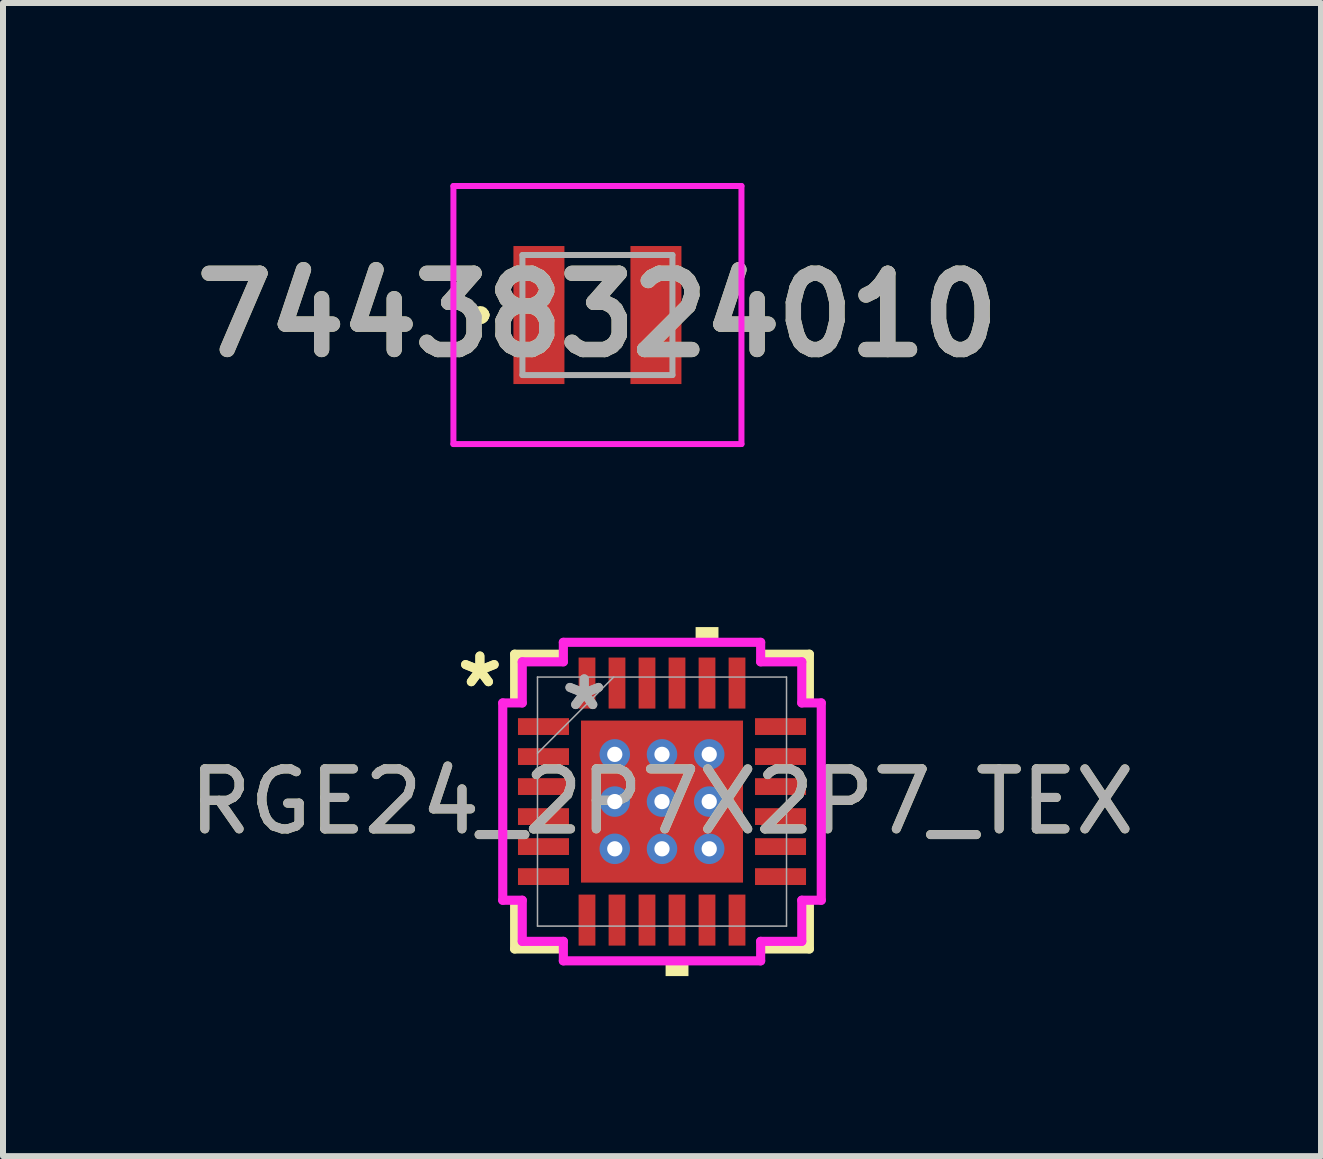
<source format=kicad_pcb>
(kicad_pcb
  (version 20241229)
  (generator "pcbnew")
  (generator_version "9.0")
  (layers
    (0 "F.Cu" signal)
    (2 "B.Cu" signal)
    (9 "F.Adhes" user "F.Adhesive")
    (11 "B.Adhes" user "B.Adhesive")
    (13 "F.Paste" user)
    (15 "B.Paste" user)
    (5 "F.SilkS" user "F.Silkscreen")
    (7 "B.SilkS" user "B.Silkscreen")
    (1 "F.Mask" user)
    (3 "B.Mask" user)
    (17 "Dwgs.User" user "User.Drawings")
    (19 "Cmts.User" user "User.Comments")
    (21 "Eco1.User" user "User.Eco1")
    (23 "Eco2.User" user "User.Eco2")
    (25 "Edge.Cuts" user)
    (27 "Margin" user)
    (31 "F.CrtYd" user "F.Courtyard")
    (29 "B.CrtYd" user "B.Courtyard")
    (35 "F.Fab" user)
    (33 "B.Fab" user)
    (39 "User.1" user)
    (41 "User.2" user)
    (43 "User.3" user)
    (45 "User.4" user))
  (footprint "74438324010"
    (layer "F.Cu")
    (at 6.906 2.2)
    (property "Reference" "74438324010" (at 0 0 0) (layer "F.SilkS") (effects (font (size 1.27 1.27) (thickness 0.254))))
    (attr smd)
    (fp_line (start -2 0) (end -2 0) (stroke (width 0.2) (type solid)) (layer "F.SilkS"))
    (fp_line (start -2 0) (end -2 0) (stroke (width 0.2) (type solid)) (layer "F.SilkS"))
    (fp_line (start -1.9 0) (end -1.9 0) (stroke (width 0.2) (type solid)) (layer "F.SilkS"))
    (fp_arc (start -2 0) (mid -1.95 -0.05) (end -1.9 0) (stroke (width 0.2) (type solid)) (layer "F.SilkS"))
    (fp_arc (start -1.9 0) (mid -1.95 0.05) (end -2 0) (stroke (width 0.2) (type solid)) (layer "F.SilkS"))
    (fp_arc (start -1.9 0) (mid -1.95 0.05) (end -2 0) (stroke (width 0.2) (type solid)) (layer "F.SilkS"))
    (fp_line (start -2.4 -2.15) (end 2.4 -2.15) (stroke (width 0.1) (type solid)) (layer "F.CrtYd"))
    (fp_line (start -2.4 2.15) (end -2.4 -2.15) (stroke (width 0.1) (type solid)) (layer "F.CrtYd"))
    (fp_line (start 2.4 -2.15) (end 2.4 2.15) (stroke (width 0.1) (type solid)) (layer "F.CrtYd"))
    (fp_line (start 2.4 2.15) (end -2.4 2.15) (stroke (width 0.1) (type solid)) (layer "F.CrtYd"))
    (fp_line (start -1.25 -1) (end -1.25 1) (stroke (width 0.1) (type solid)) (layer "F.Fab"))
    (fp_line (start -1.25 1) (end 1.25 1) (stroke (width 0.1) (type solid)) (layer "F.Fab"))
    (fp_line (start 1.25 -1) (end -1.25 -1) (stroke (width 0.1) (type solid)) (layer "F.Fab"))
    (fp_line (start 1.25 1) (end 1.25 -1) (stroke (width 0.1) (type solid)) (layer "F.Fab"))
    (fp_text user "${REFERENCE}" (at 0 0 0) (layer "F.Fab") (effects (font (size 1.27 1.27) (thickness 0.254))))
    (pad "1" smd rect (at -0.975 0) (size 0.85 2.3) (layers "F.Cu" "F.Mask" "F.Paste"))
    (pad "2" smd rect (at 0.975 0) (size 0.85 2.3) (layers "F.Cu" "F.Mask" "F.Paste")))
  (footprint "RGE24_2P7X2P7_TEX"
    (layer "F.Cu")
    (at 7.982 10.308)
    (property "Reference" "RGE24_2P7X2P7_TEX" (at 0 0 0) (unlocked yes) (layer "F.SilkS") (effects (font (size 1 1) (thickness 0.15))))
    (attr smd)
    (fp_poly (pts (xy -1.413 -1.413) (xy -0.987 -1.413) (xy -0.987 1.413) (xy -1.413 1.413)) (stroke (width 0) (type solid)) (fill yes) (layer "F.Mask"))
    (fp_poly (pts (xy -1.413 -1.413) (xy 1.413 -1.413) (xy 1.413 -0.987) (xy -1.413 -0.987)) (stroke (width 0) (type solid)) (fill yes) (layer "F.Mask"))
    (fp_poly (pts (xy -1.413 -0.587) (xy 1.413 -0.587) (xy 1.413 -0.2) (xy -1.413 -0.2)) (stroke (width 0) (type solid)) (fill yes) (layer "F.Mask"))
    (fp_poly (pts (xy -1.413 0.2) (xy 1.413 0.2) (xy 1.413 0.587) (xy -1.413 0.587)) (stroke (width 0) (type solid)) (fill yes) (layer "F.Mask"))
    (fp_poly (pts (xy -1.413 0.987) (xy 1.413 0.987) (xy 1.413 1.413) (xy -1.413 1.413)) (stroke (width 0) (type solid)) (fill yes) (layer "F.Mask"))
    (fp_poly (pts (xy -0.2 -1.413) (xy -0.587 -1.413) (xy -0.587 1.413) (xy -0.2 1.413)) (stroke (width 0) (type solid)) (fill yes) (layer "F.Mask"))
    (fp_poly (pts (xy 0.587 -1.413) (xy 0.2 -1.413) (xy 0.2 1.413) (xy 0.587 1.413)) (stroke (width 0) (type solid)) (fill yes) (layer "F.Mask"))
    (fp_poly (pts (xy 0.987 -1.413) (xy 1.413 -1.413) (xy 1.413 1.413) (xy 0.987 1.413)) (stroke (width 0) (type solid)) (fill yes) (layer "F.Mask"))
    (fp_line (start -2.456 -2.456) (end -2.456 -1.718) (stroke (width 0.152) (type solid)) (layer "F.SilkS"))
    (fp_line (start -2.456 1.718) (end -2.456 2.456) (stroke (width 0.152) (type solid)) (layer "F.SilkS"))
    (fp_line (start -2.456 2.456) (end -1.718 2.456) (stroke (width 0.152) (type solid)) (layer "F.SilkS"))
    (fp_line (start -1.718 -2.456) (end -2.456 -2.456) (stroke (width 0.152) (type solid)) (layer "F.SilkS"))
    (fp_line (start 1.718 2.456) (end 2.456 2.456) (stroke (width 0.152) (type solid)) (layer "F.SilkS"))
    (fp_line (start 2.456 -2.456) (end 1.718 -2.456) (stroke (width 0.152) (type solid)) (layer "F.SilkS"))
    (fp_line (start 2.456 -1.718) (end 2.456 -2.456) (stroke (width 0.152) (type solid)) (layer "F.SilkS"))
    (fp_line (start 2.456 2.456) (end 2.456 1.718) (stroke (width 0.152) (type solid)) (layer "F.SilkS"))
    (fp_poly (pts (xy 0.06 2.654) (xy 0.06 2.908) (xy 0.441 2.908) (xy 0.441 2.654)) (stroke (width 0) (type solid)) (fill yes) (layer "F.SilkS"))
    (fp_poly (pts (xy 0.56 -2.654) (xy 0.56 -2.908) (xy 0.941 -2.908) (xy 0.941 -2.654)) (stroke (width 0) (type solid)) (fill yes) (layer "F.SilkS"))
    (fp_poly (pts (xy -1.275 -1.275) (xy -1.275 -0.887) (xy -1.029 -0.887) (xy -0.887 -1.029) (xy -0.887 -1.275)) (stroke (width 0) (type solid)) (fill yes) (layer "F.Paste"))
    (fp_poly (pts (xy -1.275 0.887) (xy -1.275 1.275) (xy -0.887 1.275) (xy -0.887 1.029) (xy -1.029 0.887)) (stroke (width 0) (type solid)) (fill yes) (layer "F.Paste"))
    (fp_poly (pts (xy 0.887 -1.275) (xy 0.887 -1.029) (xy 1.029 -0.887) (xy 1.275 -0.887) (xy 1.275 -1.275)) (stroke (width 0) (type solid)) (fill yes) (layer "F.Paste"))
    (fp_poly (pts (xy 1.029 0.887) (xy 0.887 1.029) (xy 0.887 1.275) (xy 1.275 1.275) (xy 1.275 0.887)) (stroke (width 0) (type solid)) (fill yes) (layer "F.Paste"))
    (fp_poly (pts (xy -1.275 -0.687) (xy -1.275 -0.1) (xy -1.029 -0.1) (xy -0.887 -0.241) (xy -0.887 -0.546) (xy -1.029 -0.687)) (stroke (width 0) (type solid)) (fill yes) (layer "F.Paste"))
    (fp_poly (pts (xy -1.275 0.1) (xy -1.275 0.687) (xy -1.029 0.687) (xy -0.887 0.546) (xy -0.887 0.241) (xy -1.029 0.1)) (stroke (width 0) (type solid)) (fill yes) (layer "F.Paste"))
    (fp_poly (pts (xy -0.687 -1.275) (xy -0.687 -1.029) (xy -0.546 -0.887) (xy -0.241 -0.887) (xy -0.1 -1.029) (xy -0.1 -1.275)) (stroke (width 0) (type solid)) (fill yes) (layer "F.Paste"))
    (fp_poly (pts (xy -0.546 0.887) (xy -0.687 1.029) (xy -0.687 1.275) (xy -0.1 1.275) (xy -0.1 1.029) (xy -0.241 0.887)) (stroke (width 0) (type solid)) (fill yes) (layer "F.Paste"))
    (fp_poly (pts (xy 0.1 -1.275) (xy 0.1 -1.029) (xy 0.241 -0.887) (xy 0.546 -0.887) (xy 0.687 -1.029) (xy 0.687 -1.275)) (stroke (width 0) (type solid)) (fill yes) (layer "F.Paste"))
    (fp_poly (pts (xy 0.241 0.887) (xy 0.1 1.029) (xy 0.1 1.275) (xy 0.687 1.275) (xy 0.687 1.029) (xy 0.546 0.887)) (stroke (width 0) (type solid)) (fill yes) (layer "F.Paste"))
    (fp_poly (pts (xy 1.029 -0.687) (xy 0.887 -0.546) (xy 0.887 -0.241) (xy 1.029 -0.1) (xy 1.275 -0.1) (xy 1.275 -0.687)) (stroke (width 0) (type solid)) (fill yes) (layer "F.Paste"))
    (fp_poly (pts (xy 1.029 0.1) (xy 0.887 0.241) (xy 0.887 0.546) (xy 1.029 0.687) (xy 1.275 0.687) (xy 1.275 0.1)) (stroke (width 0) (type solid)) (fill yes) (layer "F.Paste"))
    (fp_poly (pts (xy -0.546 -0.687) (xy -0.687 -0.546) (xy -0.687 -0.241) (xy -0.546 -0.1) (xy -0.241 -0.1) (xy -0.1 -0.241) (xy -0.1 -0.546) (xy -0.241 -0.687)) (stroke (width 0) (type solid)) (fill yes) (layer "F.Paste"))
    (fp_poly (pts (xy -0.546 0.1) (xy -0.687 0.241) (xy -0.687 0.546) (xy -0.546 0.687) (xy -0.241 0.687) (xy -0.1 0.546) (xy -0.1 0.241) (xy -0.241 0.1)) (stroke (width 0) (type solid)) (fill yes) (layer "F.Paste"))
    (fp_poly (pts (xy 0.241 -0.687) (xy 0.1 -0.546) (xy 0.1 -0.241) (xy 0.241 -0.1) (xy 0.546 -0.1) (xy 0.687 -0.241) (xy 0.687 -0.546) (xy 0.546 -0.687)) (stroke (width 0) (type solid)) (fill yes) (layer "F.Paste"))
    (fp_poly (pts (xy 0.241 0.1) (xy 0.1 0.241) (xy 0.1 0.546) (xy 0.241 0.687) (xy 0.546 0.687) (xy 0.687 0.546) (xy 0.687 0.241) (xy 0.546 0.1)) (stroke (width 0) (type solid)) (fill yes) (layer "F.Paste"))
    (fp_line (start -2.654 -1.644) (end -2.329 -1.644) (stroke (width 0.152) (type solid)) (layer "F.CrtYd"))
    (fp_line (start -2.654 1.644) (end -2.654 -1.644) (stroke (width 0.152) (type solid)) (layer "F.CrtYd"))
    (fp_line (start -2.329 -2.329) (end -1.644 -2.329) (stroke (width 0.152) (type solid)) (layer "F.CrtYd"))
    (fp_line (start -2.329 -1.644) (end -2.329 -2.329) (stroke (width 0.152) (type solid)) (layer "F.CrtYd"))
    (fp_line (start -2.329 1.644) (end -2.654 1.644) (stroke (width 0.152) (type solid)) (layer "F.CrtYd"))
    (fp_line (start -2.329 2.329) (end -2.329 1.644) (stroke (width 0.152) (type solid)) (layer "F.CrtYd"))
    (fp_line (start -1.644 -2.654) (end 1.644 -2.654) (stroke (width 0.152) (type solid)) (layer "F.CrtYd"))
    (fp_line (start -1.644 -2.329) (end -1.644 -2.654) (stroke (width 0.152) (type solid)) (layer "F.CrtYd"))
    (fp_line (start -1.644 2.329) (end -2.329 2.329) (stroke (width 0.152) (type solid)) (layer "F.CrtYd"))
    (fp_line (start -1.644 2.654) (end -1.644 2.329) (stroke (width 0.152) (type solid)) (layer "F.CrtYd"))
    (fp_line (start 1.644 -2.654) (end 1.644 -2.329) (stroke (width 0.152) (type solid)) (layer "F.CrtYd"))
    (fp_line (start 1.644 -2.329) (end 2.329 -2.329) (stroke (width 0.152) (type solid)) (layer "F.CrtYd"))
    (fp_line (start 1.644 2.329) (end 1.644 2.654) (stroke (width 0.152) (type solid)) (layer "F.CrtYd"))
    (fp_line (start 1.644 2.654) (end -1.644 2.654) (stroke (width 0.152) (type solid)) (layer "F.CrtYd"))
    (fp_line (start 2.329 -2.329) (end 2.329 -1.644) (stroke (width 0.152) (type solid)) (layer "F.CrtYd"))
    (fp_line (start 2.329 -1.644) (end 2.654 -1.644) (stroke (width 0.152) (type solid)) (layer "F.CrtYd"))
    (fp_line (start 2.329 1.644) (end 2.329 2.329) (stroke (width 0.152) (type solid)) (layer "F.CrtYd"))
    (fp_line (start 2.329 2.329) (end 1.644 2.329) (stroke (width 0.152) (type solid)) (layer "F.CrtYd"))
    (fp_line (start 2.654 -1.644) (end 2.654 1.644) (stroke (width 0.152) (type solid)) (layer "F.CrtYd"))
    (fp_line (start 2.654 1.644) (end 2.329 1.644) (stroke (width 0.152) (type solid)) (layer "F.CrtYd"))
    (fp_line (start -2.075 -2.075) (end -2.075 2.075) (stroke (width 0.025) (type solid)) (layer "F.Fab"))
    (fp_line (start -2.075 -0.805) (end -0.805 -2.075) (stroke (width 0.025) (type solid)) (layer "F.Fab"))
    (fp_line (start -2.075 2.075) (end 2.075 2.075) (stroke (width 0.025) (type solid)) (layer "F.Fab"))
    (fp_line (start 2.075 -2.075) (end -2.075 -2.075) (stroke (width 0.025) (type solid)) (layer "F.Fab"))
    (fp_line (start 2.075 2.075) (end 2.075 -2.075) (stroke (width 0.025) (type solid)) (layer "F.Fab"))
    (fp_text user "*" (at -3.035 -1.881 0) (layer "F.SilkS") (effects (font (size 1 1) (thickness 0.15))))
    (fp_text user "*" (at -3.035 -1.881 0) (unlocked yes) (layer "F.SilkS") (effects (font (size 1 1) (thickness 0.15))))
    (fp_text user "*" (at -1.296 -1.5 0) (unlocked yes) (layer "F.Fab") (effects (font (size 1 1) (thickness 0.15))))
    (fp_text user "*" (at -1.296 -1.5 0) (layer "F.Fab") (effects (font (size 1 1) (thickness 0.15))))
    (fp_text user "${REFERENCE}" (at 0 0 0) (unlocked yes) (layer "F.Fab") (effects (font (size 1 1) (thickness 0.15))))
    (pad "1" smd rect (at -1.975 -1.25 90) (size 0.28 0.85) (layers "F.Cu" "F.Mask"))
    (pad "2" smd rect (at -1.975 -0.75 90) (size 0.28 0.85) (layers "F.Cu" "F.Mask"))
    (pad "3" smd rect (at -1.975 -0.25 90) (size 0.28 0.85) (layers "F.Cu" "F.Mask"))
    (pad "4" smd rect (at -1.975 0.25 90) (size 0.28 0.85) (layers "F.Cu" "F.Mask"))
    (pad "5" smd rect (at -1.975 0.75 90) (size 0.28 0.85) (layers "F.Cu" "F.Mask"))
    (pad "6" smd rect (at -1.975 1.25 90) (size 0.28 0.85) (layers "F.Cu" "F.Mask"))
    (pad "7" smd rect (at -1.25 1.975) (size 0.28 0.85) (layers "F.Cu" "F.Mask"))
    (pad "8" smd rect (at -0.75 1.975) (size 0.28 0.85) (layers "F.Cu" "F.Mask"))
    (pad "9" smd rect (at -0.25 1.975) (size 0.28 0.85) (layers "F.Cu" "F.Mask"))
    (pad "10" smd rect (at 0.25 1.975) (size 0.28 0.85) (layers "F.Cu" "F.Mask"))
    (pad "11" smd rect (at 0.75 1.975) (size 0.28 0.85) (layers "F.Cu" "F.Mask"))
    (pad "12" smd rect (at 1.25 1.975) (size 0.28 0.85) (layers "F.Cu" "F.Mask"))
    (pad "13" smd rect (at 1.975 1.25 90) (size 0.28 0.85) (layers "F.Cu" "F.Mask"))
    (pad "14" smd rect (at 1.975 0.75 90) (size 0.28 0.85) (layers "F.Cu" "F.Mask"))
    (pad "15" smd rect (at 1.975 0.25 90) (size 0.28 0.85) (layers "F.Cu" "F.Mask"))
    (pad "16" smd rect (at 1.975 -0.25 90) (size 0.28 0.85) (layers "F.Cu" "F.Mask"))
    (pad "17" smd rect (at 1.975 -0.75 90) (size 0.28 0.85) (layers "F.Cu" "F.Mask"))
    (pad "18" smd rect (at 1.975 -1.25 90) (size 0.28 0.85) (layers "F.Cu" "F.Mask"))
    (pad "19" smd rect (at 1.25 -1.975) (size 0.28 0.85) (layers "F.Cu" "F.Mask"))
    (pad "20" smd rect (at 0.75 -1.975) (size 0.28 0.85) (layers "F.Cu" "F.Mask"))
    (pad "21" smd rect (at 0.25 -1.975) (size 0.28 0.85) (layers "F.Cu" "F.Mask"))
    (pad "22" smd rect (at -0.25 -1.975) (size 0.28 0.85) (layers "F.Cu" "F.Mask"))
    (pad "23" smd rect (at -0.75 -1.975) (size 0.28 0.85) (layers "F.Cu" "F.Mask"))
    (pad "24" smd rect (at -1.25 -1.975) (size 0.28 0.85) (layers "F.Cu" "F.Mask"))
    (pad "25" smd rect (at 0 0) (size 2.7 2.7) (layers "F.Cu"))
    (pad "V" thru_hole circle (at -0.787 -0.787) (size 0.508 0.508) (drill 0.254) (layers "*.Cu" "*.Mask"))
    (pad "V" thru_hole circle (at -0.787 0) (size 0.508 0.508) (drill 0.254) (layers "*.Cu" "*.Mask"))
    (pad "V" thru_hole circle (at -0.787 0.787) (size 0.508 0.508) (drill 0.254) (layers "*.Cu" "*.Mask"))
    (pad "V" thru_hole circle (at 0 -0.787) (size 0.508 0.508) (drill 0.254) (layers "*.Cu" "*.Mask"))
    (pad "V" thru_hole circle (at 0 0) (size 0.508 0.508) (drill 0.254) (layers "*.Cu" "*.Mask"))
    (pad "V" thru_hole circle (at 0 0.787) (size 0.508 0.508) (drill 0.254) (layers "*.Cu" "*.Mask"))
    (pad "V" thru_hole circle (at 0.787 -0.787) (size 0.508 0.508) (drill 0.254) (layers "*.Cu" "*.Mask"))
    (pad "V" thru_hole circle (at 0.787 0) (size 0.508 0.508) (drill 0.254) (layers "*.Cu" "*.Mask"))
    (pad "V" thru_hole circle (at 0.787 0.787) (size 0.508 0.508) (drill 0.254) (layers "*.Cu" "*.Mask")))
  (gr_rect
    (start -3 -3)
    (end 18.964 16.216)
    (stroke (width 0.1) (type default))
    (fill no)
    (layer "Edge.Cuts")))
</source>
